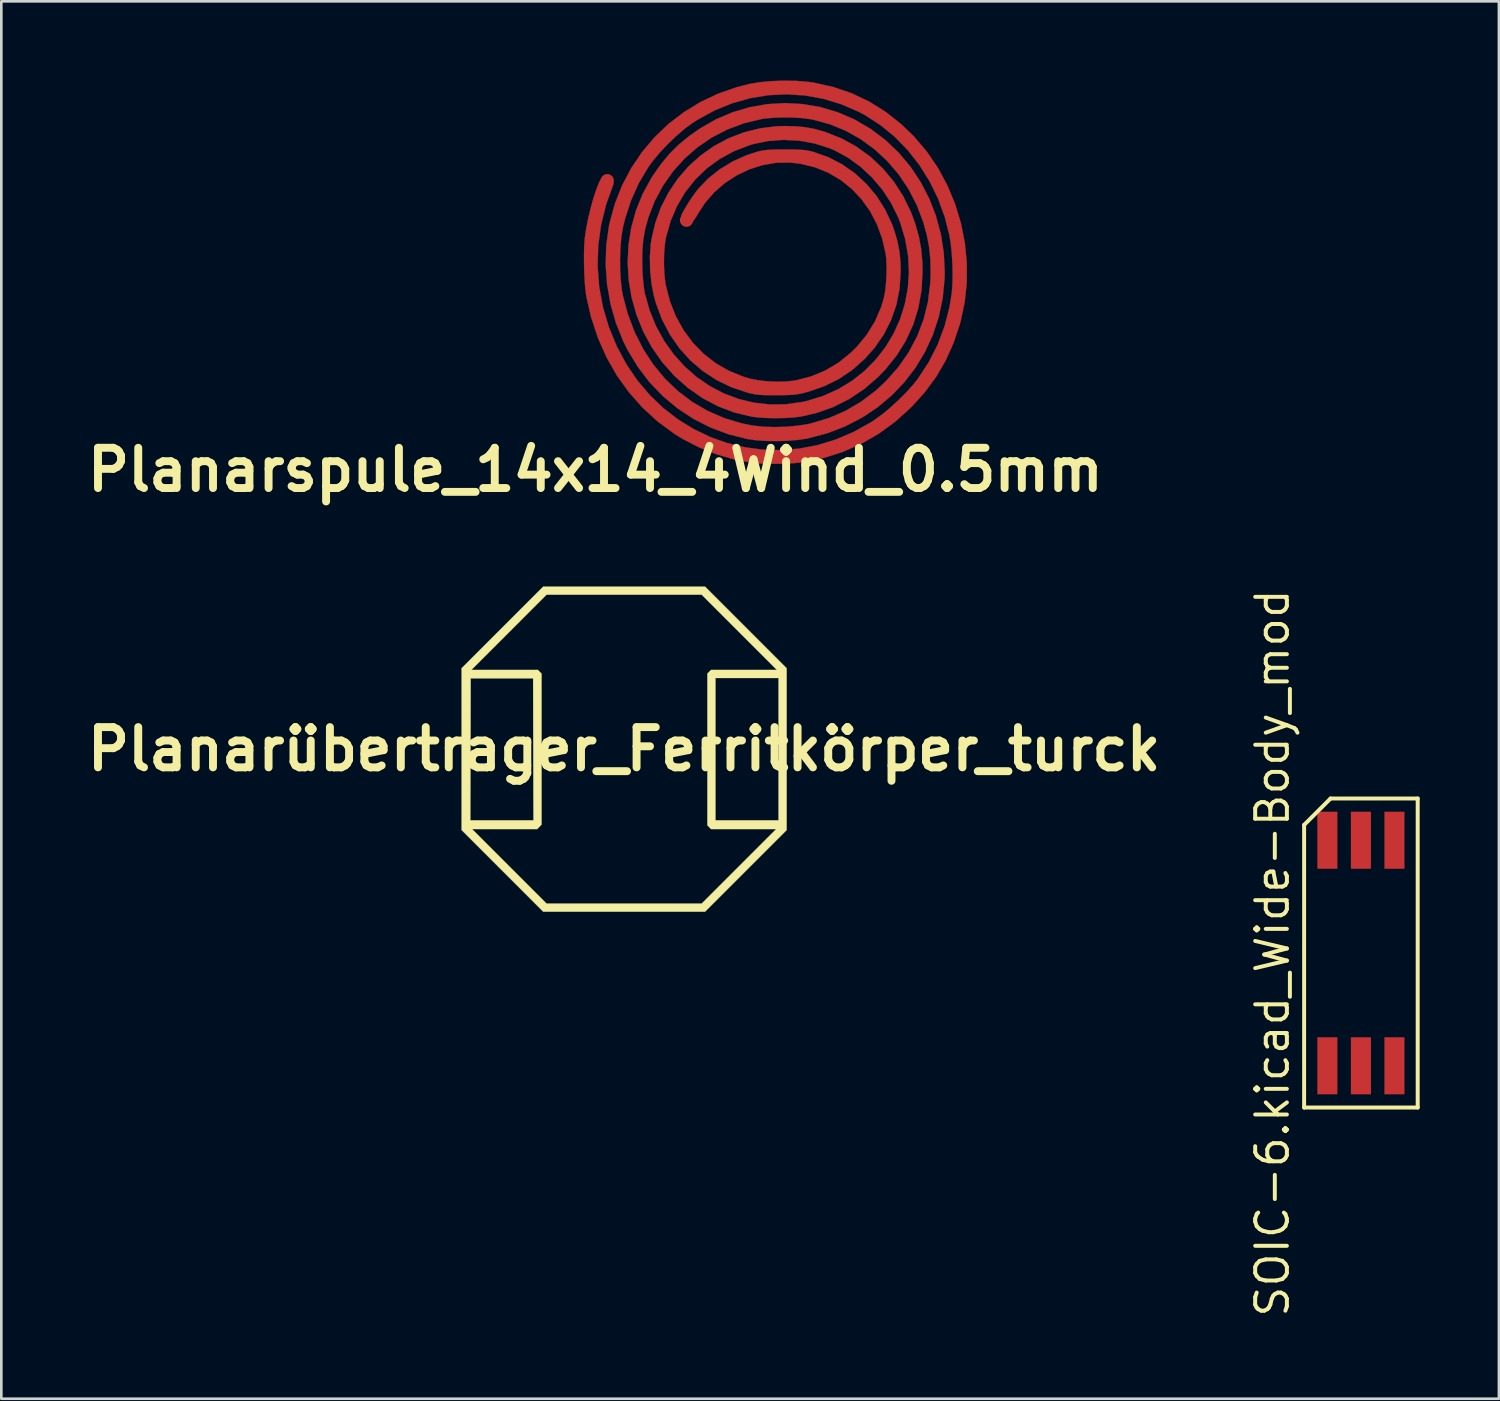
<source format=kicad_pcb>
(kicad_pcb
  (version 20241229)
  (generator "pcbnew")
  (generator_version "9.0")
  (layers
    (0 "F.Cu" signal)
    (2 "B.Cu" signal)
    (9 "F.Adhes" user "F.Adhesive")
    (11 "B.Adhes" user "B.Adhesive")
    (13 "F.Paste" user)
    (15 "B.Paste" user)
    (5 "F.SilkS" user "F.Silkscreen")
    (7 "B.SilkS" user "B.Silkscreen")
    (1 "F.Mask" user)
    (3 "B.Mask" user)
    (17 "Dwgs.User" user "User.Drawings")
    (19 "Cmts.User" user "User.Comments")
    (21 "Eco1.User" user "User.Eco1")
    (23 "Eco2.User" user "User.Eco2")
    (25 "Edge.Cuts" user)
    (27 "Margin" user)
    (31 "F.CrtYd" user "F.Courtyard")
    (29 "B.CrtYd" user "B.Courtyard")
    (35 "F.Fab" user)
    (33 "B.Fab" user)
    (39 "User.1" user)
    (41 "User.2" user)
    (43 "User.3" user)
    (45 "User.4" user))
  (footprint "SOIC-6.kicad_Wide-Body_mod"
    (layer "F.Cu")
    (at 48.478 33.034)
    (property "Reference" "SOIC-6.kicad_Wide-Body_mod" (at -3.35 0 90) (layer "F.SilkS") (effects (font (size 1.2 1.2) (thickness 0.15))))
    (attr through_hole)
    (fp_line (start -2.15 -4.85) (end -2.15 5.85) (stroke (width 0.15) (type solid)) (layer "F.SilkS"))
    (fp_line (start -2.15 5.85) (end 2.15 5.85) (stroke (width 0.15) (type solid)) (layer "F.SilkS"))
    (fp_line (start -1.15 -5.85) (end -2.15 -4.85) (stroke (width 0.15) (type solid)) (layer "F.SilkS"))
    (fp_line (start 2.15 -5.85) (end -1.15 -5.85) (stroke (width 0.15) (type solid)) (layer "F.SilkS"))
    (fp_line (start 2.15 5.85) (end 2.15 -5.85) (stroke (width 0.15) (type solid)) (layer "F.SilkS"))
    (pad "1" smd rect (at -1.27 4.27) (size 0.76 2.16) (layers "F.Cu" "F.Mask" "F.Paste"))
    (pad "2" smd rect (at 0 4.27) (size 0.76 2.16) (layers "F.Cu" "F.Mask" "F.Paste"))
    (pad "3" smd rect (at 1.27 4.27) (size 0.76 2.16) (layers "F.Cu" "F.Mask" "F.Paste"))
    (pad "4" smd rect (at 1.27 -4.27) (size 0.76 2.16) (layers "F.Cu" "F.Mask" "F.Paste"))
    (pad "5" smd rect (at 0 -4.27) (size 0.76 2.16) (layers "F.Cu" "F.Mask" "F.Paste"))
    (pad "6" smd rect (at -1.27 -4.27) (size 0.76 2.16) (layers "F.Cu" "F.Mask" "F.Paste")))
  (footprint "Planarübertrager_Ferritkörper_turck"
    (layer "F.Cu")
    (at 20.581 25.315)
    (property "Reference" "Planarübertrager_Ferritkörper_turck" (at 0 0 0) (layer "F.SilkS") (effects (font (size 1.524 1.524) (thickness 0.3))))
    (attr through_hole)
    (fp_poly (pts (xy 6.153 -3.064) (xy 6.153 3.064) (xy 3.064 6.153) (xy -3.064 6.153) (xy -6.153 3.064) (xy -6.153 2.695) (xy -5.823 2.695) (xy -3.432 2.695) (xy -3.439 0.006) (xy -3.445 -2.682) (xy -5.81 -2.682) (xy -5.816 0.006) (xy -5.823 2.695) (xy -6.153 2.695) (xy -6.153 -3) (xy -5.784 -3) (xy -3.264 -3) (xy -3.196 -2.929) (xy -3.127 -2.858) (xy -3.127 2.858) (xy -3.29 3.026) (xy -5.759 3.026) (xy -4.348 4.437) (xy -2.937 5.848) (xy 2.937 5.848) (xy 4.348 4.437) (xy 5.759 3.026) (xy 3.289 3.026) (xy 3.221 2.954) (xy 3.153 2.883) (xy 3.153 -2.695) (xy 3.458 -2.695) (xy 3.458 2.695) (xy 5.848 2.695) (xy 5.848 -2.695) (xy 3.458 -2.695) (xy 3.153 -2.695) (xy 3.153 -2.858) (xy 3.221 -2.929) (xy 3.289 -3) (xy 5.784 -3) (xy 4.36 -4.424) (xy 2.937 -5.848) (xy -2.937 -5.848) (xy -4.36 -4.424) (xy -5.784 -3) (xy -6.153 -3) (xy -6.153 -3.064) (xy -3.064 -6.153) (xy 3.064 -6.153) (xy 6.153 -3.064)) (stroke (width 0.01) (type solid)) (fill yes) (layer "F.SilkS")))
  (footprint "Planarspule_14x14_4Wind_0.5mm"
    (layer "F.Cu")
    (at 26.293 7.239)
    (property "Reference" "Planarspule_14x14_4Wind_0.5mm" (at -6.8 7.5 0) (layer "F.SilkS") (effects (font (size 1.524 1.524) (thickness 0.3))))
    (attr through_hole)
    (fp_poly (pts (xy 0.806 -7.226) (xy 1.238 -7.192) (xy 1.478 -7.159) (xy 2.217 -6.992) (xy 2.917 -6.752) (xy 3.578 -6.436) (xy 4.202 -6.045) (xy 4.792 -5.577) (xy 5.265 -5.12) (xy 5.751 -4.547) (xy 6.174 -3.925) (xy 6.531 -3.261) (xy 6.821 -2.563) (xy 7.04 -1.839) (xy 7.188 -1.097) (xy 7.263 -0.345) (xy 7.262 0.409) (xy 7.183 1.158) (xy 7.026 1.893) (xy 6.999 1.99) (xy 6.757 2.706) (xy 6.462 3.364) (xy 6.106 3.975) (xy 5.681 4.552) (xy 5.182 5.106) (xy 5.144 5.144) (xy 4.553 5.678) (xy 3.922 6.137) (xy 3.253 6.521) (xy 2.548 6.829) (xy 1.808 7.06) (xy 1.035 7.214) (xy 1.015 7.217) (xy 0.737 7.246) (xy 0.407 7.265) (xy 0.053 7.273) (xy -0.299 7.271) (xy -0.618 7.257) (xy -0.847 7.236) (xy -1.526 7.112) (xy -2.207 6.914) (xy -2.87 6.652) (xy -3.494 6.332) (xy -3.789 6.15) (xy -4.431 5.679) (xy -5.013 5.148) (xy -5.533 4.561) (xy -5.991 3.921) (xy -6.384 3.23) (xy -6.709 2.49) (xy -6.967 1.706) (xy -7.14 0.953) (xy -7.174 0.712) (xy -7.201 0.41) (xy -7.22 0.067) (xy -7.23 -0.292) (xy -7.231 -0.647) (xy -7.223 -0.974) (xy -7.204 -1.252) (xy -7.198 -1.304) (xy -7.147 -1.643) (xy -7.072 -2.022) (xy -6.978 -2.411) (xy -6.875 -2.784) (xy -6.767 -3.11) (xy -6.729 -3.21) (xy -6.659 -3.383) (xy -6.603 -3.489) (xy -6.542 -3.534) (xy -6.459 -3.53) (xy -6.334 -3.485) (xy -6.249 -3.449) (xy -6.146 -3.396) (xy -6.112 -3.346) (xy -6.119 -3.31) (xy -6.393 -2.548) (xy -6.584 -1.777) (xy -6.692 -0.999) (xy -6.716 -0.22) (xy -6.658 0.556) (xy -6.517 1.326) (xy -6.293 2.086) (xy -5.986 2.832) (xy -5.984 2.836) (xy -5.622 3.509) (xy -5.204 4.122) (xy -4.735 4.675) (xy -4.221 5.167) (xy -3.666 5.595) (xy -3.076 5.958) (xy -2.455 6.255) (xy -1.81 6.485) (xy -1.145 6.645) (xy -0.466 6.735) (xy 0.223 6.752) (xy 0.915 6.696) (xy 1.607 6.565) (xy 2.292 6.357) (xy 2.965 6.071) (xy 3.621 5.706) (xy 3.785 5.599) (xy 4.066 5.394) (xy 4.372 5.139) (xy 4.683 4.854) (xy 4.978 4.558) (xy 5.236 4.272) (xy 5.393 4.075) (xy 5.813 3.438) (xy 6.156 2.766) (xy 6.423 2.059) (xy 6.611 1.322) (xy 6.691 0.827) (xy 6.718 0.5) (xy 6.726 0.118) (xy 6.718 -0.291) (xy 6.693 -0.699) (xy 6.654 -1.078) (xy 6.607 -1.367) (xy 6.423 -2.089) (xy 6.169 -2.779) (xy 5.849 -3.432) (xy 5.467 -4.042) (xy 5.028 -4.602) (xy 4.535 -5.108) (xy 3.994 -5.552) (xy 3.409 -5.929) (xy 3.179 -6.052) (xy 2.517 -6.34) (xy 1.838 -6.547) (xy 1.147 -6.673) (xy 0.45 -6.719) (xy -0.248 -6.685) (xy -0.941 -6.571) (xy -1.622 -6.379) (xy -2.287 -6.107) (xy -2.93 -5.757) (xy -3.108 -5.643) (xy -3.413 -5.419) (xy -3.738 -5.141) (xy -4.064 -4.829) (xy -4.37 -4.503) (xy -4.636 -4.183) (xy -4.778 -3.989) (xy -5.153 -3.361) (xy -5.454 -2.693) (xy -5.684 -1.98) (xy -5.763 -1.651) (xy -5.816 -1.323) (xy -5.85 -0.937) (xy -5.866 -0.518) (xy -5.863 -0.091) (xy -5.84 0.319) (xy -5.799 0.687) (xy -5.763 0.889) (xy -5.568 1.618) (xy -5.307 2.302) (xy -4.984 2.937) (xy -4.602 3.521) (xy -4.164 4.049) (xy -3.675 4.518) (xy -3.136 4.926) (xy -2.553 5.267) (xy -1.928 5.539) (xy -1.264 5.739) (xy -0.853 5.822) (xy -0.462 5.866) (xy -0.024 5.881) (xy 0.434 5.868) (xy 0.879 5.827) (xy 1.283 5.76) (xy 1.355 5.744) (xy 2.033 5.542) (xy 2.67 5.267) (xy 3.266 4.918) (xy 3.824 4.493) (xy 4.192 4.151) (xy 4.665 3.62) (xy 5.062 3.051) (xy 5.383 2.445) (xy 5.627 1.806) (xy 5.793 1.135) (xy 5.88 0.434) (xy 5.894 0.021) (xy 5.881 -0.482) (xy 5.835 -0.938) (xy 5.751 -1.38) (xy 5.625 -1.841) (xy 5.607 -1.9) (xy 5.362 -2.54) (xy 5.051 -3.139) (xy 4.679 -3.691) (xy 4.25 -4.192) (xy 3.77 -4.636) (xy 3.246 -5.02) (xy 2.681 -5.337) (xy 2.081 -5.584) (xy 1.453 -5.755) (xy 1.313 -5.782) (xy 1.022 -5.818) (xy 0.679 -5.839) (xy 0.312 -5.843) (xy -0.047 -5.831) (xy -0.368 -5.803) (xy -0.515 -5.781) (xy -1.175 -5.622) (xy -1.801 -5.388) (xy -2.388 -5.085) (xy -2.93 -4.715) (xy -3.424 -4.285) (xy -3.862 -3.798) (xy -4.241 -3.259) (xy -4.555 -2.673) (xy -4.799 -2.044) (xy -4.802 -2.031) (xy -4.917 -1.607) (xy -4.991 -1.181) (xy -5.026 -0.729) (xy -5.027 -0.224) (xy -5.025 -0.17) (xy -5.012 0.088) (xy -4.991 0.347) (xy -4.967 0.579) (xy -4.94 0.761) (xy -4.932 0.804) (xy -4.75 1.452) (xy -4.504 2.058) (xy -4.197 2.617) (xy -3.835 3.127) (xy -3.423 3.585) (xy -2.966 3.986) (xy -2.47 4.327) (xy -1.94 4.605) (xy -1.38 4.816) (xy -0.796 4.958) (xy -0.193 5.026) (xy 0.424 5.017) (xy 1.05 4.928) (xy 1.212 4.891) (xy 1.829 4.701) (xy 2.402 4.442) (xy 2.927 4.122) (xy 3.402 3.745) (xy 3.823 3.318) (xy 4.188 2.846) (xy 4.494 2.335) (xy 4.739 1.791) (xy 4.918 1.219) (xy 5.03 0.626) (xy 5.072 0.016) (xy 5.04 -0.603) (xy 4.932 -1.227) (xy 4.746 -1.85) (xy 4.661 -2.066) (xy 4.396 -2.604) (xy 4.064 -3.108) (xy 3.676 -3.567) (xy 3.239 -3.975) (xy 2.764 -4.32) (xy 2.257 -4.596) (xy 2.074 -4.674) (xy 1.511 -4.854) (xy 0.924 -4.961) (xy 0.329 -4.993) (xy -0.262 -4.95) (xy -0.833 -4.832) (xy -0.951 -4.796) (xy -1.547 -4.567) (xy -2.093 -4.27) (xy -2.585 -3.91) (xy -3.021 -3.49) (xy -3.397 -3.015) (xy -3.709 -2.488) (xy -3.954 -1.914) (xy -4.128 -1.295) (xy -4.129 -1.291) (xy -4.173 -1.007) (xy -4.198 -0.669) (xy -4.204 -0.307) (xy -4.19 0.051) (xy -4.158 0.375) (xy -4.135 0.511) (xy -3.976 1.123) (xy -3.75 1.693) (xy -3.459 2.216) (xy -3.109 2.688) (xy -2.703 3.105) (xy -2.245 3.462) (xy -1.74 3.753) (xy -1.192 3.975) (xy -0.932 4.052) (xy -0.625 4.112) (xy -0.272 4.149) (xy 0.098 4.164) (xy 0.452 4.154) (xy 0.761 4.118) (xy 0.795 4.112) (xy 1.377 3.959) (xy 1.914 3.735) (xy 2.411 3.438) (xy 2.872 3.065) (xy 3.102 2.838) (xy 3.479 2.379) (xy 3.786 1.879) (xy 4.018 1.343) (xy 4.129 0.968) (xy 4.173 0.727) (xy 4.204 0.432) (xy 4.222 0.11) (xy 4.225 -0.209) (xy 4.212 -0.496) (xy 4.193 -0.665) (xy 4.061 -1.25) (xy 3.861 -1.794) (xy 3.599 -2.294) (xy 3.278 -2.744) (xy 2.905 -3.139) (xy 2.484 -3.476) (xy 2.019 -3.749) (xy 1.515 -3.954) (xy 0.978 -4.086) (xy 0.572 -4.134) (xy 0.052 -4.126) (xy -0.464 -4.039) (xy -0.966 -3.879) (xy -1.445 -3.652) (xy -1.891 -3.362) (xy -2.293 -3.015) (xy -2.641 -2.617) (xy -2.896 -2.228) (xy -2.987 -2.074) (xy -3.068 -1.956) (xy -3.127 -1.888) (xy -3.15 -1.877) (xy -3.337 -1.954) (xy -3.458 -2.008) (xy -3.526 -2.047) (xy -3.553 -2.078) (xy -3.556 -2.091) (xy -3.533 -2.164) (xy -3.47 -2.289) (xy -3.377 -2.45) (xy -3.265 -2.631) (xy -3.143 -2.816) (xy -3.021 -2.989) (xy -2.912 -3.13) (xy -2.535 -3.526) (xy -2.094 -3.877) (xy -1.603 -4.176) (xy -1.075 -4.413) (xy -0.691 -4.539) (xy -0.553 -4.574) (xy -0.417 -4.599) (xy -0.267 -4.615) (xy -0.083 -4.625) (xy 0.153 -4.63) (xy 0.381 -4.63) (xy 0.67 -4.629) (xy 0.892 -4.623) (xy 1.067 -4.612) (xy 1.212 -4.594) (xy 1.346 -4.566) (xy 1.451 -4.539) (xy 2.016 -4.34) (xy 2.543 -4.067) (xy 3.028 -3.726) (xy 3.465 -3.323) (xy 3.849 -2.863) (xy 4.173 -2.351) (xy 4.434 -1.792) (xy 4.527 -1.531) (xy 4.64 -1.138) (xy 4.712 -0.763) (xy 4.75 -0.37) (xy 4.759 0) (xy 4.718 0.639) (xy 4.597 1.248) (xy 4.398 1.827) (xy 4.121 2.373) (xy 3.767 2.885) (xy 3.39 3.307) (xy 2.928 3.717) (xy 2.425 4.057) (xy 1.875 4.33) (xy 1.272 4.539) (xy 1.188 4.562) (xy 1.024 4.604) (xy 0.876 4.634) (xy 0.726 4.654) (xy 0.551 4.666) (xy 0.331 4.672) (xy 0.064 4.674) (xy -0.218 4.674) (xy -0.435 4.669) (xy -0.608 4.659) (xy -0.756 4.64) (xy -0.9 4.611) (xy -1.037 4.577) (xy -1.644 4.375) (xy -2.211 4.101) (xy -2.732 3.76) (xy -3.203 3.356) (xy -3.621 2.893) (xy -3.98 2.376) (xy -4.277 1.809) (xy -4.506 1.197) (xy -4.578 0.944) (xy -4.674 0.461) (xy -4.727 -0.056) (xy -4.737 -0.577) (xy -4.701 -1.068) (xy -4.681 -1.205) (xy -4.535 -1.842) (xy -4.316 -2.444) (xy -4.029 -3.005) (xy -3.68 -3.522) (xy -3.274 -3.99) (xy -2.815 -4.403) (xy -2.31 -4.759) (xy -1.763 -5.052) (xy -1.179 -5.277) (xy -0.565 -5.431) (xy 0.075 -5.508) (xy 0.339 -5.517) (xy 0.756 -5.509) (xy 1.122 -5.476) (xy 1.467 -5.414) (xy 1.823 -5.317) (xy 1.911 -5.289) (xy 2.523 -5.047) (xy 3.092 -4.733) (xy 3.614 -4.352) (xy 4.086 -3.909) (xy 4.502 -3.408) (xy 4.859 -2.853) (xy 5.153 -2.248) (xy 5.313 -1.812) (xy 5.449 -1.329) (xy 5.536 -0.852) (xy 5.58 -0.35) (xy 5.588 0) (xy 5.548 0.698) (xy 5.43 1.365) (xy 5.234 1.999) (xy 4.96 2.601) (xy 4.608 3.169) (xy 4.179 3.702) (xy 3.898 3.992) (xy 3.374 4.443) (xy 2.809 4.82) (xy 2.208 5.123) (xy 1.574 5.348) (xy 1 5.48) (xy 0.721 5.515) (xy 0.388 5.537) (xy 0.03 5.544) (xy -0.326 5.537) (xy -0.651 5.515) (xy -0.894 5.484) (xy -1.54 5.329) (xy -2.158 5.094) (xy -2.747 4.782) (xy -3.301 4.394) (xy -3.812 3.939) (xy -4.272 3.421) (xy -4.664 2.86) (xy -4.988 2.263) (xy -5.242 1.637) (xy -5.425 0.989) (xy -5.538 0.327) (xy -5.578 -0.342) (xy -5.546 -1.012) (xy -5.441 -1.676) (xy -5.262 -2.325) (xy -5.007 -2.954) (xy -4.677 -3.554) (xy -4.619 -3.645) (xy -4.304 -4.092) (xy -3.985 -4.476) (xy -3.639 -4.818) (xy -3.249 -5.137) (xy -2.841 -5.423) (xy -2.242 -5.767) (xy -1.613 -6.036) (xy -0.961 -6.229) (xy -0.293 -6.346) (xy 0.382 -6.386) (xy 1.057 -6.348) (xy 1.725 -6.233) (xy 2.377 -6.039) (xy 3.008 -5.767) (xy 3.023 -5.759) (xy 3.629 -5.404) (xy 4.184 -4.985) (xy 4.686 -4.506) (xy 5.131 -3.975) (xy 5.516 -3.396) (xy 5.838 -2.775) (xy 6.093 -2.118) (xy 6.279 -1.431) (xy 6.391 -0.719) (xy 6.427 0.011) (xy 6.421 0.275) (xy 6.349 1.009) (xy 6.2 1.715) (xy 5.977 2.39) (xy 5.683 3.028) (xy 5.324 3.626) (xy 4.902 4.179) (xy 4.421 4.682) (xy 3.885 5.132) (xy 3.298 5.523) (xy 2.664 5.852) (xy 1.986 6.114) (xy 1.269 6.304) (xy 1.208 6.317) (xy 0.868 6.368) (xy 0.479 6.4) (xy 0.067 6.413) (xy -0.343 6.406) (xy -0.723 6.38) (xy -1.037 6.335) (xy -1.758 6.154) (xy -2.443 5.898) (xy -3.09 5.569) (xy -3.692 5.171) (xy -4.247 4.708) (xy -4.75 4.183) (xy -5.196 3.599) (xy -5.581 2.96) (xy -5.738 2.646) (xy -6.019 1.95) (xy -6.226 1.227) (xy -6.357 0.486) (xy -6.411 -0.261) (xy -6.388 -1.005) (xy -6.285 -1.736) (xy -6.262 -1.846) (xy -6.062 -2.576) (xy -5.788 -3.27) (xy -5.444 -3.923) (xy -5.034 -4.53) (xy -4.564 -5.088) (xy -4.036 -5.592) (xy -3.455 -6.039) (xy -2.826 -6.424) (xy -2.152 -6.743) (xy -1.438 -6.991) (xy -0.953 -7.113) (xy -0.565 -7.177) (xy -0.123 -7.218) (xy 0.343 -7.234) (xy 0.806 -7.226)) (stroke (width 0.01) (type solid)) (fill yes) (layer "F.Cu"))
    (pad "1" smd circle (at -6.35 -3.45) (size 0.5 0.5) (layers "F.Cu" "F.Mask" "F.Paste"))
    (pad "2" smd circle (at -3.35 -1.95) (size 0.5 0.5) (layers "F.Cu" "F.Mask" "F.Paste")))
  (gr_rect
    (start -3 -3)
    (end 53.703 49.91)
    (stroke (width 0.1) (type default))
    (fill no)
    (layer "Edge.Cuts")))
</source>
